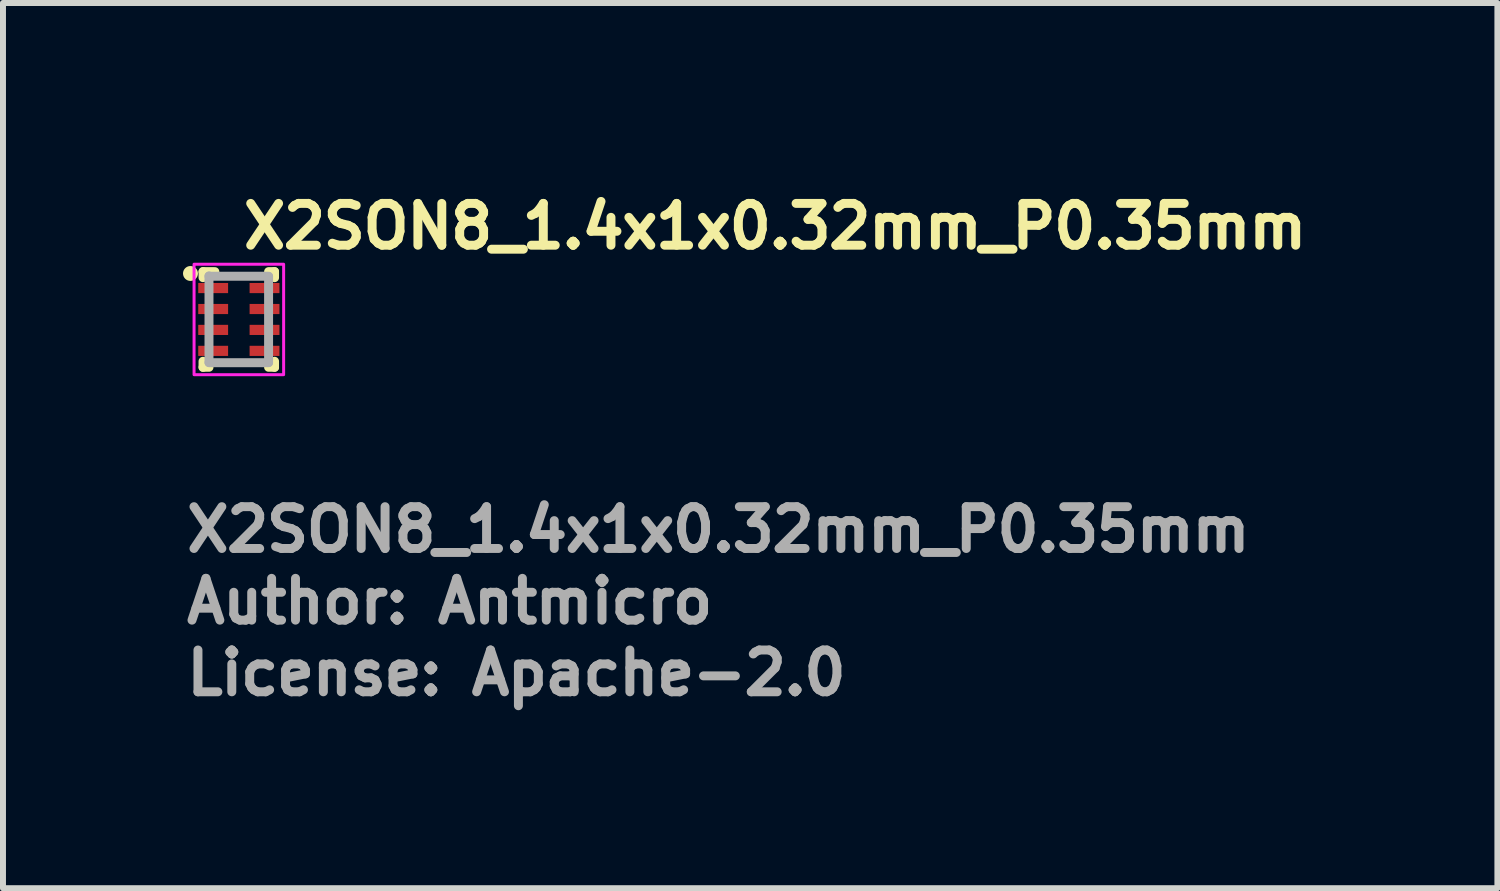
<source format=kicad_pcb>
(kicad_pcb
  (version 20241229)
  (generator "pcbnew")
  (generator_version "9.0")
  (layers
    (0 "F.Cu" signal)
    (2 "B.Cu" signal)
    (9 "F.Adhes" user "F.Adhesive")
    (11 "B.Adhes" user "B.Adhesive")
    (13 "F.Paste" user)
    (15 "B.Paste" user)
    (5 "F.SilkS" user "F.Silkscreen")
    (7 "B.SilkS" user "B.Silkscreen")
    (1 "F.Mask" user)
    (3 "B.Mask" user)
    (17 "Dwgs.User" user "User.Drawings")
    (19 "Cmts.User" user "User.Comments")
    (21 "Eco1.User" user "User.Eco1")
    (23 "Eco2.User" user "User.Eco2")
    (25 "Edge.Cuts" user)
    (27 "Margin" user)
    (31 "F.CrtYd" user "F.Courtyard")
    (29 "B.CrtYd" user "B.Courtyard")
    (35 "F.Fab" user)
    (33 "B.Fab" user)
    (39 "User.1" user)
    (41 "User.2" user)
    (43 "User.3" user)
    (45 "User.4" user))
  (footprint "X2SON8_1.4x1x0.32mm_P0.35mm"
    (layer "F.Cu")
    (at 0.95 2.3)
    (property "Reference" "X2SON8_1.4x1x0.32mm_P0.35mm" (at 0 -1.15 0) (layer "F.SilkS") (effects (font (size 0.7 0.7) (thickness 0.15)) (justify left bottom)))
    (attr smd)
    (fp_line (start -0.6 -0.801) (end -0.6 -0.7) (stroke (width 0.15) (type solid)) (layer "F.SilkS"))
    (fp_line (start -0.6 0.7) (end -0.6 0.801) (stroke (width 0.15) (type solid)) (layer "F.SilkS"))
    (fp_line (start -0.6 0.801) (end -0.5 0.801) (stroke (width 0.15) (type solid)) (layer "F.SilkS"))
    (fp_line (start -0.402 -0.801) (end -0.6 -0.801) (stroke (width 0.15) (type solid)) (layer "F.SilkS"))
    (fp_line (start 0.598 -0.801) (end 0.498 -0.801) (stroke (width 0.15) (type solid)) (layer "F.SilkS"))
    (fp_line (start 0.598 -0.7) (end 0.598 -0.801) (stroke (width 0.15) (type solid)) (layer "F.SilkS"))
    (fp_line (start 0.598 0.7) (end 0.598 0.801) (stroke (width 0.15) (type solid)) (layer "F.SilkS"))
    (fp_line (start 0.598 0.801) (end 0.498 0.801) (stroke (width 0.15) (type solid)) (layer "F.SilkS"))
    (fp_circle (center -0.81 -0.77) (end -0.81 -0.72) (stroke (width 0.15) (type solid)) (fill yes) (layer "F.SilkS"))
    (fp_rect (start 0.75 -0.925) (end -0.75 0.925) (stroke (width 0.05) (type solid)) (fill no) (layer "F.CrtYd"))
    (fp_line (start -0.5 -0.729) (end -0.5 0.719) (stroke (width 0.15) (type solid)) (layer "F.Fab"))
    (fp_line (start -0.5 -0.724) (end 0.498 -0.724) (stroke (width 0.15) (type solid)) (layer "F.Fab"))
    (fp_line (start -0.5 0.724) (end 0.498 0.724) (stroke (width 0.15) (type solid)) (layer "F.Fab"))
    (fp_line (start 0.498 -0.719) (end 0.498 0.719) (stroke (width 0.15) (type solid)) (layer "F.Fab"))
    (fp_rect (start 0.498 -0.7) (end -0.5 0.7) (stroke (width 0.1) (type solid)) (fill no) (layer "User.5"))
    (fp_line (start -0.5 -0.7) (end -0.5 0.7) (stroke (width 0.02) (type solid)) (layer "User.9"))
    (fp_line (start -0.5 0.7) (end 0.498 0.7) (stroke (width 0.02) (type solid)) (layer "User.9"))
    (fp_line (start -0.382 -0.551) (end -0.382 -0.549) (stroke (width 0.02) (type solid)) (layer "User.9"))
    (fp_line (start -0.382 -0.551) (end -0.382 -0.549) (stroke (width 0.02) (type solid)) (layer "User.9"))
    (fp_line (start -0.382 -0.549) (end -0.382 -0.547) (stroke (width 0.02) (type solid)) (layer "User.9"))
    (fp_line (start -0.382 -0.549) (end -0.382 -0.547) (stroke (width 0.02) (type solid)) (layer "User.9"))
    (fp_line (start -0.382 -0.547) (end -0.382 -0.545) (stroke (width 0.02) (type solid)) (layer "User.9"))
    (fp_line (start -0.382 -0.547) (end -0.382 -0.545) (stroke (width 0.02) (type solid)) (layer "User.9"))
    (fp_line (start -0.382 -0.545) (end -0.382 -0.543) (stroke (width 0.02) (type solid)) (layer "User.9"))
    (fp_line (start -0.382 -0.545) (end -0.382 -0.543) (stroke (width 0.02) (type solid)) (layer "User.9"))
    (fp_line (start -0.382 -0.543) (end -0.382 -0.539) (stroke (width 0.02) (type solid)) (layer "User.9"))
    (fp_line (start -0.382 -0.543) (end -0.382 -0.539) (stroke (width 0.02) (type solid)) (layer "User.9"))
    (fp_line (start -0.382 -0.539) (end -0.382 -0.535) (stroke (width 0.02) (type solid)) (layer "User.9"))
    (fp_line (start -0.382 -0.539) (end -0.382 -0.535) (stroke (width 0.02) (type solid)) (layer "User.9"))
    (fp_line (start -0.382 -0.535) (end -0.381 -0.531) (stroke (width 0.02) (type solid)) (layer "User.9"))
    (fp_line (start -0.382 -0.535) (end -0.381 -0.531) (stroke (width 0.02) (type solid)) (layer "User.9"))
    (fp_line (start -0.381 -0.557) (end -0.381 -0.555) (stroke (width 0.02) (type solid)) (layer "User.9"))
    (fp_line (start -0.381 -0.557) (end -0.381 -0.555) (stroke (width 0.02) (type solid)) (layer "User.9"))
    (fp_line (start -0.381 -0.555) (end -0.381 -0.553) (stroke (width 0.02) (type solid)) (layer "User.9"))
    (fp_line (start -0.381 -0.555) (end -0.381 -0.553) (stroke (width 0.02) (type solid)) (layer "User.9"))
    (fp_line (start -0.381 -0.553) (end -0.382 -0.551) (stroke (width 0.02) (type solid)) (layer "User.9"))
    (fp_line (start -0.381 -0.553) (end -0.382 -0.551) (stroke (width 0.02) (type solid)) (layer "User.9"))
    (fp_line (start -0.381 -0.531) (end -0.38 -0.527) (stroke (width 0.02) (type solid)) (layer "User.9"))
    (fp_line (start -0.381 -0.531) (end -0.38 -0.527) (stroke (width 0.02) (type solid)) (layer "User.9"))
    (fp_line (start -0.38 -0.561) (end -0.38 -0.559) (stroke (width 0.02) (type solid)) (layer "User.9"))
    (fp_line (start -0.38 -0.561) (end -0.38 -0.559) (stroke (width 0.02) (type solid)) (layer "User.9"))
    (fp_line (start -0.38 -0.559) (end -0.381 -0.557) (stroke (width 0.02) (type solid)) (layer "User.9"))
    (fp_line (start -0.38 -0.559) (end -0.381 -0.557) (stroke (width 0.02) (type solid)) (layer "User.9"))
    (fp_line (start -0.38 -0.527) (end -0.379 -0.523) (stroke (width 0.02) (type solid)) (layer "User.9"))
    (fp_line (start -0.38 -0.527) (end -0.379 -0.523) (stroke (width 0.02) (type solid)) (layer "User.9"))
    (fp_line (start -0.379 -0.563) (end -0.38 -0.561) (stroke (width 0.02) (type solid)) (layer "User.9"))
    (fp_line (start -0.379 -0.563) (end -0.38 -0.561) (stroke (width 0.02) (type solid)) (layer "User.9"))
    (fp_line (start -0.379 -0.523) (end -0.378 -0.519) (stroke (width 0.02) (type solid)) (layer "User.9"))
    (fp_line (start -0.379 -0.523) (end -0.378 -0.519) (stroke (width 0.02) (type solid)) (layer "User.9"))
    (fp_line (start -0.378 -0.566) (end -0.378 -0.564) (stroke (width 0.02) (type solid)) (layer "User.9"))
    (fp_line (start -0.378 -0.566) (end -0.378 -0.564) (stroke (width 0.02) (type solid)) (layer "User.9"))
    (fp_line (start -0.378 -0.564) (end -0.379 -0.563) (stroke (width 0.02) (type solid)) (layer "User.9"))
    (fp_line (start -0.378 -0.564) (end -0.379 -0.563) (stroke (width 0.02) (type solid)) (layer "User.9"))
    (fp_line (start -0.378 -0.519) (end -0.376 -0.516) (stroke (width 0.02) (type solid)) (layer "User.9"))
    (fp_line (start -0.378 -0.519) (end -0.376 -0.516) (stroke (width 0.02) (type solid)) (layer "User.9"))
    (fp_line (start -0.377 -0.568) (end -0.378 -0.566) (stroke (width 0.02) (type solid)) (layer "User.9"))
    (fp_line (start -0.377 -0.568) (end -0.378 -0.566) (stroke (width 0.02) (type solid)) (layer "User.9"))
    (fp_line (start -0.376 -0.57) (end -0.377 -0.568) (stroke (width 0.02) (type solid)) (layer "User.9"))
    (fp_line (start -0.376 -0.57) (end -0.377 -0.568) (stroke (width 0.02) (type solid)) (layer "User.9"))
    (fp_line (start -0.376 -0.516) (end -0.374 -0.511) (stroke (width 0.02) (type solid)) (layer "User.9"))
    (fp_line (start -0.376 -0.516) (end -0.374 -0.511) (stroke (width 0.02) (type solid)) (layer "User.9"))
    (fp_line (start -0.375 -0.572) (end -0.376 -0.57) (stroke (width 0.02) (type solid)) (layer "User.9"))
    (fp_line (start -0.375 -0.572) (end -0.376 -0.57) (stroke (width 0.02) (type solid)) (layer "User.9"))
    (fp_line (start -0.374 -0.573) (end -0.375 -0.572) (stroke (width 0.02) (type solid)) (layer "User.9"))
    (fp_line (start -0.374 -0.573) (end -0.375 -0.572) (stroke (width 0.02) (type solid)) (layer "User.9"))
    (fp_line (start -0.374 -0.511) (end -0.372 -0.508) (stroke (width 0.02) (type solid)) (layer "User.9"))
    (fp_line (start -0.374 -0.511) (end -0.372 -0.508) (stroke (width 0.02) (type solid)) (layer "User.9"))
    (fp_line (start -0.373 -0.575) (end -0.374 -0.573) (stroke (width 0.02) (type solid)) (layer "User.9"))
    (fp_line (start -0.373 -0.575) (end -0.374 -0.573) (stroke (width 0.02) (type solid)) (layer "User.9"))
    (fp_line (start -0.372 -0.576) (end -0.373 -0.575) (stroke (width 0.02) (type solid)) (layer "User.9"))
    (fp_line (start -0.372 -0.576) (end -0.373 -0.575) (stroke (width 0.02) (type solid)) (layer "User.9"))
    (fp_line (start -0.372 -0.508) (end -0.37 -0.505) (stroke (width 0.02) (type solid)) (layer "User.9"))
    (fp_line (start -0.372 -0.508) (end -0.37 -0.505) (stroke (width 0.02) (type solid)) (layer "User.9"))
    (fp_line (start -0.371 -0.577) (end -0.372 -0.576) (stroke (width 0.02) (type solid)) (layer "User.9"))
    (fp_line (start -0.371 -0.577) (end -0.372 -0.576) (stroke (width 0.02) (type solid)) (layer "User.9"))
    (fp_line (start -0.37 -0.579) (end -0.371 -0.577) (stroke (width 0.02) (type solid)) (layer "User.9"))
    (fp_line (start -0.37 -0.579) (end -0.371 -0.577) (stroke (width 0.02) (type solid)) (layer "User.9"))
    (fp_line (start -0.37 -0.505) (end -0.367 -0.502) (stroke (width 0.02) (type solid)) (layer "User.9"))
    (fp_line (start -0.37 -0.505) (end -0.367 -0.502) (stroke (width 0.02) (type solid)) (layer "User.9"))
    (fp_line (start -0.368 -0.58) (end -0.37 -0.579) (stroke (width 0.02) (type solid)) (layer "User.9"))
    (fp_line (start -0.368 -0.58) (end -0.37 -0.579) (stroke (width 0.02) (type solid)) (layer "User.9"))
    (fp_line (start -0.367 -0.582) (end -0.368 -0.58) (stroke (width 0.02) (type solid)) (layer "User.9"))
    (fp_line (start -0.367 -0.582) (end -0.368 -0.58) (stroke (width 0.02) (type solid)) (layer "User.9"))
    (fp_line (start -0.367 -0.502) (end -0.364 -0.499) (stroke (width 0.02) (type solid)) (layer "User.9"))
    (fp_line (start -0.367 -0.502) (end -0.364 -0.499) (stroke (width 0.02) (type solid)) (layer "User.9"))
    (fp_line (start -0.366 -0.583) (end -0.367 -0.582) (stroke (width 0.02) (type solid)) (layer "User.9"))
    (fp_line (start -0.366 -0.583) (end -0.367 -0.582) (stroke (width 0.02) (type solid)) (layer "User.9"))
    (fp_line (start -0.364 -0.585) (end -0.366 -0.583) (stroke (width 0.02) (type solid)) (layer "User.9"))
    (fp_line (start -0.364 -0.585) (end -0.366 -0.583) (stroke (width 0.02) (type solid)) (layer "User.9"))
    (fp_line (start -0.364 -0.499) (end -0.362 -0.496) (stroke (width 0.02) (type solid)) (layer "User.9"))
    (fp_line (start -0.364 -0.499) (end -0.362 -0.496) (stroke (width 0.02) (type solid)) (layer "User.9"))
    (fp_line (start -0.363 -0.586) (end -0.364 -0.585) (stroke (width 0.02) (type solid)) (layer "User.9"))
    (fp_line (start -0.363 -0.586) (end -0.364 -0.585) (stroke (width 0.02) (type solid)) (layer "User.9"))
    (fp_line (start -0.362 -0.588) (end -0.363 -0.586) (stroke (width 0.02) (type solid)) (layer "User.9"))
    (fp_line (start -0.362 -0.588) (end -0.363 -0.586) (stroke (width 0.02) (type solid)) (layer "User.9"))
    (fp_line (start -0.362 -0.496) (end -0.358 -0.494) (stroke (width 0.02) (type solid)) (layer "User.9"))
    (fp_line (start -0.362 -0.496) (end -0.358 -0.494) (stroke (width 0.02) (type solid)) (layer "User.9"))
    (fp_line (start -0.36 -0.589) (end -0.362 -0.588) (stroke (width 0.02) (type solid)) (layer "User.9"))
    (fp_line (start -0.36 -0.589) (end -0.362 -0.588) (stroke (width 0.02) (type solid)) (layer "User.9"))
    (fp_line (start -0.358 -0.59) (end -0.36 -0.589) (stroke (width 0.02) (type solid)) (layer "User.9"))
    (fp_line (start -0.358 -0.59) (end -0.36 -0.589) (stroke (width 0.02) (type solid)) (layer "User.9"))
    (fp_line (start -0.358 -0.494) (end -0.355 -0.491) (stroke (width 0.02) (type solid)) (layer "User.9"))
    (fp_line (start -0.358 -0.494) (end -0.355 -0.491) (stroke (width 0.02) (type solid)) (layer "User.9"))
    (fp_line (start -0.357 -0.591) (end -0.358 -0.59) (stroke (width 0.02) (type solid)) (layer "User.9"))
    (fp_line (start -0.357 -0.591) (end -0.358 -0.59) (stroke (width 0.02) (type solid)) (layer "User.9"))
    (fp_line (start -0.355 -0.592) (end -0.357 -0.591) (stroke (width 0.02) (type solid)) (layer "User.9"))
    (fp_line (start -0.355 -0.592) (end -0.357 -0.591) (stroke (width 0.02) (type solid)) (layer "User.9"))
    (fp_line (start -0.355 -0.491) (end -0.353 -0.489) (stroke (width 0.02) (type solid)) (layer "User.9"))
    (fp_line (start -0.355 -0.491) (end -0.353 -0.489) (stroke (width 0.02) (type solid)) (layer "User.9"))
    (fp_line (start -0.354 -0.594) (end -0.355 -0.592) (stroke (width 0.02) (type solid)) (layer "User.9"))
    (fp_line (start -0.354 -0.594) (end -0.355 -0.592) (stroke (width 0.02) (type solid)) (layer "User.9"))
    (fp_line (start -0.353 -0.595) (end -0.354 -0.594) (stroke (width 0.02) (type solid)) (layer "User.9"))
    (fp_line (start -0.353 -0.595) (end -0.354 -0.594) (stroke (width 0.02) (type solid)) (layer "User.9"))
    (fp_line (start -0.353 -0.595) (end -0.353 -0.595) (stroke (width 0.02) (type solid)) (layer "User.9"))
    (fp_line (start -0.353 -0.595) (end -0.353 -0.595) (stroke (width 0.02) (type solid)) (layer "User.9"))
    (fp_line (start -0.353 -0.489) (end -0.353 -0.489) (stroke (width 0.02) (type solid)) (layer "User.9"))
    (fp_line (start -0.353 -0.489) (end -0.353 -0.489) (stroke (width 0.02) (type solid)) (layer "User.9"))
    (fp_line (start -0.353 -0.489) (end -0.349 -0.487) (stroke (width 0.02) (type solid)) (layer "User.9"))
    (fp_line (start -0.353 -0.489) (end -0.349 -0.487) (stroke (width 0.02) (type solid)) (layer "User.9"))
    (fp_line (start -0.349 -0.597) (end -0.353 -0.595) (stroke (width 0.02) (type solid)) (layer "User.9"))
    (fp_line (start -0.349 -0.597) (end -0.353 -0.595) (stroke (width 0.02) (type solid)) (layer "User.9"))
    (fp_line (start -0.349 -0.487) (end -0.345 -0.485) (stroke (width 0.02) (type solid)) (layer "User.9"))
    (fp_line (start -0.349 -0.487) (end -0.345 -0.485) (stroke (width 0.02) (type solid)) (layer "User.9"))
    (fp_line (start -0.345 -0.598) (end -0.349 -0.597) (stroke (width 0.02) (type solid)) (layer "User.9"))
    (fp_line (start -0.345 -0.598) (end -0.349 -0.597) (stroke (width 0.02) (type solid)) (layer "User.9"))
    (fp_line (start -0.345 -0.485) (end -0.342 -0.484) (stroke (width 0.02) (type solid)) (layer "User.9"))
    (fp_line (start -0.345 -0.485) (end -0.342 -0.484) (stroke (width 0.02) (type solid)) (layer "User.9"))
    (fp_line (start -0.342 -0.6) (end -0.345 -0.598) (stroke (width 0.02) (type solid)) (layer "User.9"))
    (fp_line (start -0.342 -0.6) (end -0.345 -0.598) (stroke (width 0.02) (type solid)) (layer "User.9"))
    (fp_line (start -0.342 -0.484) (end -0.338 -0.483) (stroke (width 0.02) (type solid)) (layer "User.9"))
    (fp_line (start -0.342 -0.484) (end -0.338 -0.483) (stroke (width 0.02) (type solid)) (layer "User.9"))
    (fp_line (start -0.338 -0.601) (end -0.342 -0.6) (stroke (width 0.02) (type solid)) (layer "User.9"))
    (fp_line (start -0.338 -0.601) (end -0.342 -0.6) (stroke (width 0.02) (type solid)) (layer "User.9"))
    (fp_line (start -0.338 -0.483) (end -0.334 -0.482) (stroke (width 0.02) (type solid)) (layer "User.9"))
    (fp_line (start -0.338 -0.483) (end -0.334 -0.482) (stroke (width 0.02) (type solid)) (layer "User.9"))
    (fp_line (start -0.334 -0.602) (end -0.338 -0.601) (stroke (width 0.02) (type solid)) (layer "User.9"))
    (fp_line (start -0.334 -0.602) (end -0.338 -0.601) (stroke (width 0.02) (type solid)) (layer "User.9"))
    (fp_line (start -0.334 -0.482) (end -0.33 -0.481) (stroke (width 0.02) (type solid)) (layer "User.9"))
    (fp_line (start -0.334 -0.482) (end -0.33 -0.481) (stroke (width 0.02) (type solid)) (layer "User.9"))
    (fp_line (start -0.33 -0.602) (end -0.334 -0.602) (stroke (width 0.02) (type solid)) (layer "User.9"))
    (fp_line (start -0.33 -0.602) (end -0.334 -0.602) (stroke (width 0.02) (type solid)) (layer "User.9"))
    (fp_line (start -0.33 -0.481) (end -0.326 -0.481) (stroke (width 0.02) (type solid)) (layer "User.9"))
    (fp_line (start -0.33 -0.481) (end -0.326 -0.481) (stroke (width 0.02) (type solid)) (layer "User.9"))
    (fp_line (start -0.326 -0.603) (end -0.33 -0.602) (stroke (width 0.02) (type solid)) (layer "User.9"))
    (fp_line (start -0.326 -0.603) (end -0.33 -0.602) (stroke (width 0.02) (type solid)) (layer "User.9"))
    (fp_line (start -0.326 -0.481) (end -0.322 -0.481) (stroke (width 0.02) (type solid)) (layer "User.9"))
    (fp_line (start -0.326 -0.481) (end -0.322 -0.481) (stroke (width 0.02) (type solid)) (layer "User.9"))
    (fp_line (start -0.322 -0.603) (end -0.326 -0.603) (stroke (width 0.02) (type solid)) (layer "User.9"))
    (fp_line (start -0.322 -0.603) (end -0.326 -0.603) (stroke (width 0.02) (type solid)) (layer "User.9"))
    (fp_line (start -0.322 -0.481) (end -0.317 -0.481) (stroke (width 0.02) (type solid)) (layer "User.9"))
    (fp_line (start -0.322 -0.481) (end -0.317 -0.481) (stroke (width 0.02) (type solid)) (layer "User.9"))
    (fp_line (start -0.317 -0.603) (end -0.322 -0.603) (stroke (width 0.02) (type solid)) (layer "User.9"))
    (fp_line (start -0.317 -0.603) (end -0.322 -0.603) (stroke (width 0.02) (type solid)) (layer "User.9"))
    (fp_line (start -0.317 -0.481) (end -0.313 -0.481) (stroke (width 0.02) (type solid)) (layer "User.9"))
    (fp_line (start -0.317 -0.481) (end -0.313 -0.481) (stroke (width 0.02) (type solid)) (layer "User.9"))
    (fp_line (start -0.313 -0.602) (end -0.317 -0.603) (stroke (width 0.02) (type solid)) (layer "User.9"))
    (fp_line (start -0.313 -0.602) (end -0.317 -0.603) (stroke (width 0.02) (type solid)) (layer "User.9"))
    (fp_line (start -0.313 -0.481) (end -0.31 -0.482) (stroke (width 0.02) (type solid)) (layer "User.9"))
    (fp_line (start -0.313 -0.481) (end -0.31 -0.482) (stroke (width 0.02) (type solid)) (layer "User.9"))
    (fp_line (start -0.31 -0.602) (end -0.313 -0.602) (stroke (width 0.02) (type solid)) (layer "User.9"))
    (fp_line (start -0.31 -0.602) (end -0.313 -0.602) (stroke (width 0.02) (type solid)) (layer "User.9"))
    (fp_line (start -0.31 -0.482) (end -0.306 -0.483) (stroke (width 0.02) (type solid)) (layer "User.9"))
    (fp_line (start -0.31 -0.482) (end -0.306 -0.483) (stroke (width 0.02) (type solid)) (layer "User.9"))
    (fp_line (start -0.306 -0.601) (end -0.31 -0.602) (stroke (width 0.02) (type solid)) (layer "User.9"))
    (fp_line (start -0.306 -0.601) (end -0.31 -0.602) (stroke (width 0.02) (type solid)) (layer "User.9"))
    (fp_line (start -0.306 -0.483) (end -0.302 -0.484) (stroke (width 0.02) (type solid)) (layer "User.9"))
    (fp_line (start -0.306 -0.483) (end -0.302 -0.484) (stroke (width 0.02) (type solid)) (layer "User.9"))
    (fp_line (start -0.302 -0.6) (end -0.306 -0.601) (stroke (width 0.02) (type solid)) (layer "User.9"))
    (fp_line (start -0.302 -0.6) (end -0.306 -0.601) (stroke (width 0.02) (type solid)) (layer "User.9"))
    (fp_line (start -0.302 -0.484) (end -0.298 -0.485) (stroke (width 0.02) (type solid)) (layer "User.9"))
    (fp_line (start -0.302 -0.484) (end -0.298 -0.485) (stroke (width 0.02) (type solid)) (layer "User.9"))
    (fp_line (start -0.298 -0.598) (end -0.302 -0.6) (stroke (width 0.02) (type solid)) (layer "User.9"))
    (fp_line (start -0.298 -0.598) (end -0.302 -0.6) (stroke (width 0.02) (type solid)) (layer "User.9"))
    (fp_line (start -0.298 -0.485) (end -0.294 -0.487) (stroke (width 0.02) (type solid)) (layer "User.9"))
    (fp_line (start -0.298 -0.485) (end -0.294 -0.487) (stroke (width 0.02) (type solid)) (layer "User.9"))
    (fp_line (start -0.294 -0.597) (end -0.298 -0.598) (stroke (width 0.02) (type solid)) (layer "User.9"))
    (fp_line (start -0.294 -0.597) (end -0.298 -0.598) (stroke (width 0.02) (type solid)) (layer "User.9"))
    (fp_line (start -0.294 -0.487) (end -0.291 -0.489) (stroke (width 0.02) (type solid)) (layer "User.9"))
    (fp_line (start -0.294 -0.487) (end -0.291 -0.489) (stroke (width 0.02) (type solid)) (layer "User.9"))
    (fp_line (start -0.291 -0.595) (end -0.294 -0.597) (stroke (width 0.02) (type solid)) (layer "User.9"))
    (fp_line (start -0.291 -0.595) (end -0.294 -0.597) (stroke (width 0.02) (type solid)) (layer "User.9"))
    (fp_line (start -0.291 -0.595) (end -0.291 -0.595) (stroke (width 0.02) (type solid)) (layer "User.9"))
    (fp_line (start -0.291 -0.595) (end -0.291 -0.595) (stroke (width 0.02) (type solid)) (layer "User.9"))
    (fp_line (start -0.291 -0.489) (end -0.291 -0.489) (stroke (width 0.02) (type solid)) (layer "User.9"))
    (fp_line (start -0.291 -0.489) (end -0.291 -0.489) (stroke (width 0.02) (type solid)) (layer "User.9"))
    (fp_line (start -0.291 -0.489) (end -0.29 -0.49) (stroke (width 0.02) (type solid)) (layer "User.9"))
    (fp_line (start -0.291 -0.489) (end -0.29 -0.49) (stroke (width 0.02) (type solid)) (layer "User.9"))
    (fp_line (start -0.29 -0.49) (end -0.288 -0.491) (stroke (width 0.02) (type solid)) (layer "User.9"))
    (fp_line (start -0.29 -0.49) (end -0.288 -0.491) (stroke (width 0.02) (type solid)) (layer "User.9"))
    (fp_line (start -0.288 -0.592) (end -0.291 -0.595) (stroke (width 0.02) (type solid)) (layer "User.9"))
    (fp_line (start -0.288 -0.592) (end -0.291 -0.595) (stroke (width 0.02) (type solid)) (layer "User.9"))
    (fp_line (start -0.288 -0.491) (end -0.287 -0.492) (stroke (width 0.02) (type solid)) (layer "User.9"))
    (fp_line (start -0.288 -0.491) (end -0.287 -0.492) (stroke (width 0.02) (type solid)) (layer "User.9"))
    (fp_line (start -0.287 -0.492) (end -0.285 -0.494) (stroke (width 0.02) (type solid)) (layer "User.9"))
    (fp_line (start -0.287 -0.492) (end -0.285 -0.494) (stroke (width 0.02) (type solid)) (layer "User.9"))
    (fp_line (start -0.285 -0.59) (end -0.288 -0.592) (stroke (width 0.02) (type solid)) (layer "User.9"))
    (fp_line (start -0.285 -0.59) (end -0.288 -0.592) (stroke (width 0.02) (type solid)) (layer "User.9"))
    (fp_line (start -0.285 -0.494) (end -0.284 -0.495) (stroke (width 0.02) (type solid)) (layer "User.9"))
    (fp_line (start -0.285 -0.494) (end -0.284 -0.495) (stroke (width 0.02) (type solid)) (layer "User.9"))
    (fp_line (start -0.284 -0.495) (end -0.282 -0.496) (stroke (width 0.02) (type solid)) (layer "User.9"))
    (fp_line (start -0.284 -0.495) (end -0.282 -0.496) (stroke (width 0.02) (type solid)) (layer "User.9"))
    (fp_line (start -0.282 -0.588) (end -0.285 -0.59) (stroke (width 0.02) (type solid)) (layer "User.9"))
    (fp_line (start -0.282 -0.588) (end -0.285 -0.59) (stroke (width 0.02) (type solid)) (layer "User.9"))
    (fp_line (start -0.282 -0.496) (end -0.281 -0.497) (stroke (width 0.02) (type solid)) (layer "User.9"))
    (fp_line (start -0.282 -0.496) (end -0.281 -0.497) (stroke (width 0.02) (type solid)) (layer "User.9"))
    (fp_line (start -0.281 -0.497) (end -0.279 -0.499) (stroke (width 0.02) (type solid)) (layer "User.9"))
    (fp_line (start -0.281 -0.497) (end -0.279 -0.499) (stroke (width 0.02) (type solid)) (layer "User.9"))
    (fp_line (start -0.279 -0.585) (end -0.282 -0.588) (stroke (width 0.02) (type solid)) (layer "User.9"))
    (fp_line (start -0.279 -0.585) (end -0.282 -0.588) (stroke (width 0.02) (type solid)) (layer "User.9"))
    (fp_line (start -0.279 -0.499) (end -0.278 -0.5) (stroke (width 0.02) (type solid)) (layer "User.9"))
    (fp_line (start -0.279 -0.499) (end -0.278 -0.5) (stroke (width 0.02) (type solid)) (layer "User.9"))
    (fp_line (start -0.278 -0.5) (end -0.276 -0.502) (stroke (width 0.02) (type solid)) (layer "User.9"))
    (fp_line (start -0.278 -0.5) (end -0.276 -0.502) (stroke (width 0.02) (type solid)) (layer "User.9"))
    (fp_line (start -0.276 -0.582) (end -0.279 -0.585) (stroke (width 0.02) (type solid)) (layer "User.9"))
    (fp_line (start -0.276 -0.582) (end -0.279 -0.585) (stroke (width 0.02) (type solid)) (layer "User.9"))
    (fp_line (start -0.276 -0.502) (end -0.275 -0.503) (stroke (width 0.02) (type solid)) (layer "User.9"))
    (fp_line (start -0.276 -0.502) (end -0.275 -0.503) (stroke (width 0.02) (type solid)) (layer "User.9"))
    (fp_line (start -0.275 -0.503) (end -0.274 -0.505) (stroke (width 0.02) (type solid)) (layer "User.9"))
    (fp_line (start -0.275 -0.503) (end -0.274 -0.505) (stroke (width 0.02) (type solid)) (layer "User.9"))
    (fp_line (start -0.274 -0.579) (end -0.276 -0.582) (stroke (width 0.02) (type solid)) (layer "User.9"))
    (fp_line (start -0.274 -0.579) (end -0.276 -0.582) (stroke (width 0.02) (type solid)) (layer "User.9"))
    (fp_line (start -0.274 -0.505) (end -0.273 -0.506) (stroke (width 0.02) (type solid)) (layer "User.9"))
    (fp_line (start -0.274 -0.505) (end -0.273 -0.506) (stroke (width 0.02) (type solid)) (layer "User.9"))
    (fp_line (start -0.273 -0.506) (end -0.272 -0.508) (stroke (width 0.02) (type solid)) (layer "User.9"))
    (fp_line (start -0.273 -0.506) (end -0.272 -0.508) (stroke (width 0.02) (type solid)) (layer "User.9"))
    (fp_line (start -0.272 -0.576) (end -0.274 -0.579) (stroke (width 0.02) (type solid)) (layer "User.9"))
    (fp_line (start -0.272 -0.576) (end -0.274 -0.579) (stroke (width 0.02) (type solid)) (layer "User.9"))
    (fp_line (start -0.272 -0.508) (end -0.271 -0.51) (stroke (width 0.02) (type solid)) (layer "User.9"))
    (fp_line (start -0.272 -0.508) (end -0.271 -0.51) (stroke (width 0.02) (type solid)) (layer "User.9"))
    (fp_line (start -0.271 -0.51) (end -0.269 -0.511) (stroke (width 0.02) (type solid)) (layer "User.9"))
    (fp_line (start -0.271 -0.51) (end -0.269 -0.511) (stroke (width 0.02) (type solid)) (layer "User.9"))
    (fp_line (start -0.269 -0.573) (end -0.272 -0.576) (stroke (width 0.02) (type solid)) (layer "User.9"))
    (fp_line (start -0.269 -0.573) (end -0.272 -0.576) (stroke (width 0.02) (type solid)) (layer "User.9"))
    (fp_line (start -0.269 -0.514) (end -0.268 -0.516) (stroke (width 0.02) (type solid)) (layer "User.9"))
    (fp_line (start -0.269 -0.514) (end -0.268 -0.516) (stroke (width 0.02) (type solid)) (layer "User.9"))
    (fp_line (start -0.269 -0.511) (end -0.269 -0.514) (stroke (width 0.02) (type solid)) (layer "User.9"))
    (fp_line (start -0.269 -0.511) (end -0.269 -0.514) (stroke (width 0.02) (type solid)) (layer "User.9"))
    (fp_line (start -0.268 -0.57) (end -0.269 -0.573) (stroke (width 0.02) (type solid)) (layer "User.9"))
    (fp_line (start -0.268 -0.57) (end -0.269 -0.573) (stroke (width 0.02) (type solid)) (layer "User.9"))
    (fp_line (start -0.268 -0.516) (end -0.267 -0.518) (stroke (width 0.02) (type solid)) (layer "User.9"))
    (fp_line (start -0.268 -0.516) (end -0.267 -0.518) (stroke (width 0.02) (type solid)) (layer "User.9"))
    (fp_line (start -0.267 -0.518) (end -0.266 -0.519) (stroke (width 0.02) (type solid)) (layer "User.9"))
    (fp_line (start -0.267 -0.518) (end -0.266 -0.519) (stroke (width 0.02) (type solid)) (layer "User.9"))
    (fp_line (start -0.266 -0.566) (end -0.268 -0.57) (stroke (width 0.02) (type solid)) (layer "User.9"))
    (fp_line (start -0.266 -0.566) (end -0.268 -0.57) (stroke (width 0.02) (type solid)) (layer "User.9"))
    (fp_line (start -0.266 -0.519) (end -0.265 -0.521) (stroke (width 0.02) (type solid)) (layer "User.9"))
    (fp_line (start -0.266 -0.519) (end -0.265 -0.521) (stroke (width 0.02) (type solid)) (layer "User.9"))
    (fp_line (start -0.265 -0.563) (end -0.266 -0.566) (stroke (width 0.02) (type solid)) (layer "User.9"))
    (fp_line (start -0.265 -0.563) (end -0.266 -0.566) (stroke (width 0.02) (type solid)) (layer "User.9"))
    (fp_line (start -0.265 -0.523) (end -0.264 -0.525) (stroke (width 0.02) (type solid)) (layer "User.9"))
    (fp_line (start -0.265 -0.523) (end -0.264 -0.525) (stroke (width 0.02) (type solid)) (layer "User.9"))
    (fp_line (start -0.265 -0.521) (end -0.265 -0.523) (stroke (width 0.02) (type solid)) (layer "User.9"))
    (fp_line (start -0.265 -0.521) (end -0.265 -0.523) (stroke (width 0.02) (type solid)) (layer "User.9"))
    (fp_line (start -0.264 -0.525) (end -0.263 -0.527) (stroke (width 0.02) (type solid)) (layer "User.9"))
    (fp_line (start -0.264 -0.525) (end -0.263 -0.527) (stroke (width 0.02) (type solid)) (layer "User.9"))
    (fp_line (start -0.263 -0.559) (end -0.265 -0.563) (stroke (width 0.02) (type solid)) (layer "User.9"))
    (fp_line (start -0.263 -0.559) (end -0.265 -0.563) (stroke (width 0.02) (type solid)) (layer "User.9"))
    (fp_line (start -0.263 -0.555) (end -0.263 -0.559) (stroke (width 0.02) (type solid)) (layer "User.9"))
    (fp_line (start -0.263 -0.555) (end -0.263 -0.559) (stroke (width 0.02) (type solid)) (layer "User.9"))
    (fp_line (start -0.263 -0.531) (end -0.262 -0.533) (stroke (width 0.02) (type solid)) (layer "User.9"))
    (fp_line (start -0.263 -0.531) (end -0.262 -0.533) (stroke (width 0.02) (type solid)) (layer "User.9"))
    (fp_line (start -0.263 -0.529) (end -0.263 -0.531) (stroke (width 0.02) (type solid)) (layer "User.9"))
    (fp_line (start -0.263 -0.529) (end -0.263 -0.531) (stroke (width 0.02) (type solid)) (layer "User.9"))
    (fp_line (start -0.263 -0.527) (end -0.263 -0.529) (stroke (width 0.02) (type solid)) (layer "User.9"))
    (fp_line (start -0.263 -0.527) (end -0.263 -0.529) (stroke (width 0.02) (type solid)) (layer "User.9"))
    (fp_line (start -0.262 -0.551) (end -0.263 -0.555) (stroke (width 0.02) (type solid)) (layer "User.9"))
    (fp_line (start -0.262 -0.551) (end -0.263 -0.555) (stroke (width 0.02) (type solid)) (layer "User.9"))
    (fp_line (start -0.262 -0.537) (end -0.261 -0.539) (stroke (width 0.02) (type solid)) (layer "User.9"))
    (fp_line (start -0.262 -0.537) (end -0.261 -0.539) (stroke (width 0.02) (type solid)) (layer "User.9"))
    (fp_line (start -0.262 -0.535) (end -0.262 -0.537) (stroke (width 0.02) (type solid)) (layer "User.9"))
    (fp_line (start -0.262 -0.535) (end -0.262 -0.537) (stroke (width 0.02) (type solid)) (layer "User.9"))
    (fp_line (start -0.262 -0.533) (end -0.262 -0.535) (stroke (width 0.02) (type solid)) (layer "User.9"))
    (fp_line (start -0.262 -0.533) (end -0.262 -0.535) (stroke (width 0.02) (type solid)) (layer "User.9"))
    (fp_line (start -0.261 -0.547) (end -0.262 -0.551) (stroke (width 0.02) (type solid)) (layer "User.9"))
    (fp_line (start -0.261 -0.547) (end -0.262 -0.551) (stroke (width 0.02) (type solid)) (layer "User.9"))
    (fp_line (start -0.261 -0.543) (end -0.261 -0.547) (stroke (width 0.02) (type solid)) (layer "User.9"))
    (fp_line (start -0.261 -0.543) (end -0.261 -0.547) (stroke (width 0.02) (type solid)) (layer "User.9"))
    (fp_line (start -0.261 -0.541) (end -0.261 -0.543) (stroke (width 0.02) (type solid)) (layer "User.9"))
    (fp_line (start -0.261 -0.541) (end -0.261 -0.543) (stroke (width 0.02) (type solid)) (layer "User.9"))
    (fp_line (start -0.261 -0.539) (end -0.261 -0.541) (stroke (width 0.02) (type solid)) (layer "User.9"))
    (fp_line (start -0.261 -0.539) (end -0.261 -0.541) (stroke (width 0.02) (type solid)) (layer "User.9"))
    (fp_line (start 0.498 -0.7) (end -0.5 -0.7) (stroke (width 0.02) (type solid)) (layer "User.9"))
    (fp_line (start 0.498 0.7) (end 0.498 -0.7) (stroke (width 0.02) (type solid)) (layer "User.9"))
    (fp_text user "${REFERENCE}" (at -0.95 3.929 0) (layer "F.Fab") (effects (font (size 0.7 0.7) (thickness 0.15)) (justify left bottom)))
    (fp_text user "License: Apache-2.0" (at -0.95 6.329 0) (layer "F.Fab") (effects (font (size 0.7 0.7) (thickness 0.15)) (justify left bottom)))
    (fp_text user "Author: Antmicro" (at -0.95 5.129 0) (layer "F.Fab") (effects (font (size 0.7 0.7) (thickness 0.15)) (justify left bottom)))
    (pad "1" smd rect (at -0.43 -0.526 270) (size 0.17 0.5) (layers "F.Cu" "F.Mask" "F.Paste"))
    (pad "2" smd rect (at -0.43 -0.175 270) (size 0.17 0.5) (layers "F.Cu" "F.Mask" "F.Paste"))
    (pad "3" smd rect (at -0.43 0.175 270) (size 0.17 0.5) (layers "F.Cu" "F.Mask" "F.Paste"))
    (pad "4" smd rect (at -0.43 0.526 270) (size 0.17 0.5) (layers "F.Cu" "F.Mask" "F.Paste"))
    (pad "5" smd rect (at 0.43 0.526 270) (size 0.17 0.5) (layers "F.Cu" "F.Mask" "F.Paste"))
    (pad "6" smd rect (at 0.43 0.175 270) (size 0.17 0.5) (layers "F.Cu" "F.Mask" "F.Paste"))
    (pad "7" smd rect (at 0.43 -0.175 270) (size 0.17 0.5) (layers "F.Cu" "F.Mask" "F.Paste"))
    (pad "8" smd rect (at 0.43 -0.526 270) (size 0.17 0.5) (layers "F.Cu" "F.Mask" "F.Paste")))
  (gr_rect
    (start -3 -3)
    (end 22.027 11.825)
    (stroke (width 0.1) (type default))
    (fill no)
    (layer "Edge.Cuts")))
</source>
